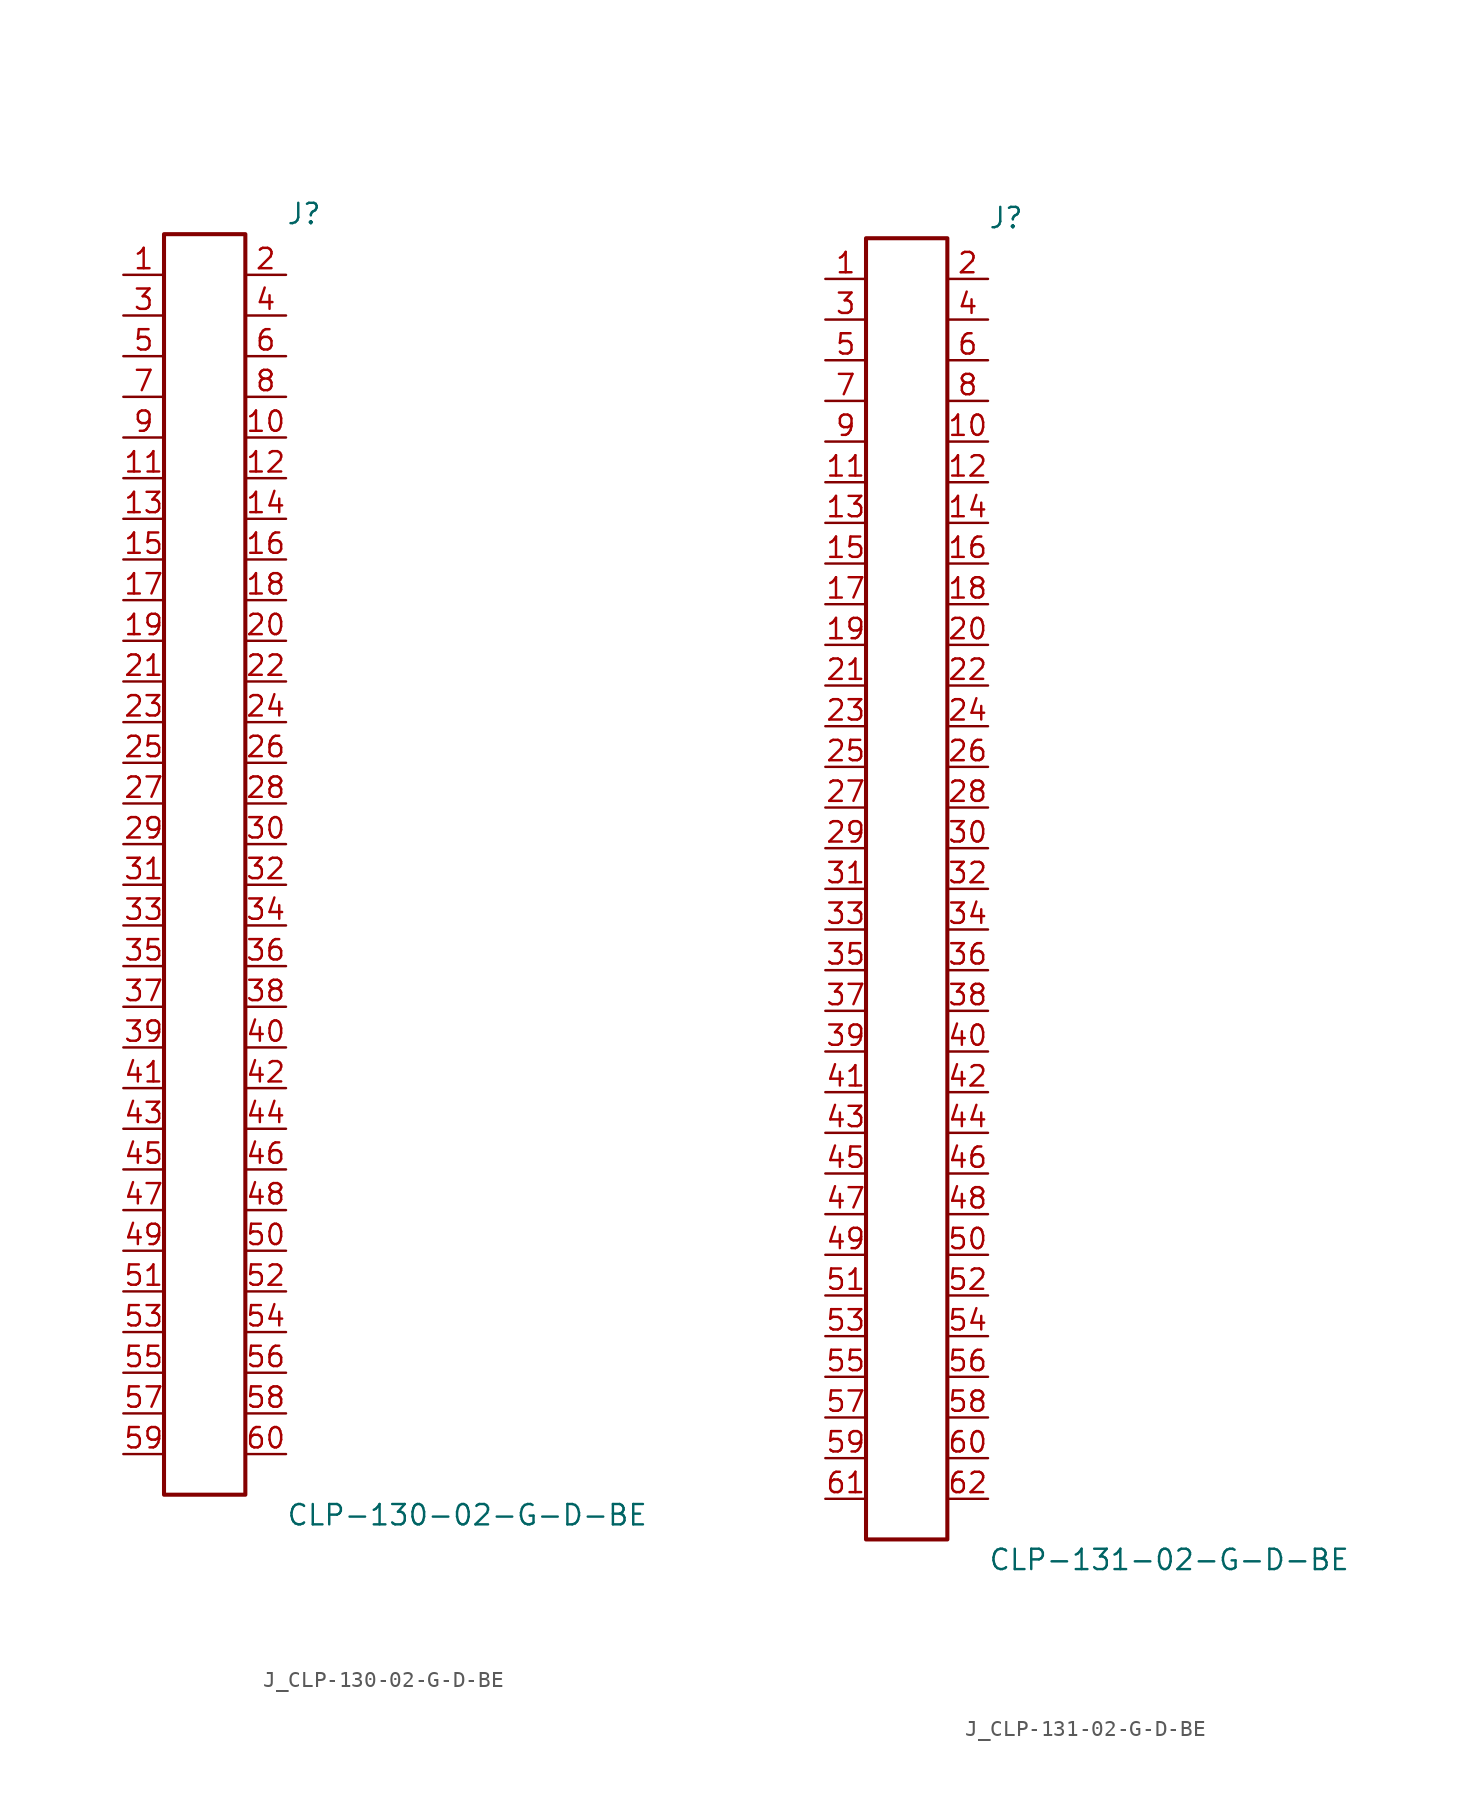
<source format=kicad_sym>
(kicad_symbol_lib
  (version 20231120)
  (generator kicad_symbol_editor)
  (generator_version 8.0)
  (symbol "J_CLP-130-02-G-D-BE"
    (pin_names
      (offset 0.254))
    (property "Reference" "J"
      (at 5.08 40.64 0)
      (effects (font (size 1.27 1.27)) (justify left)))
    (property "Value" "CLP-130-02-G-D-BE"
      (at 5.08 -40.64 0)
      (effects (font (size 1.27 1.27)) (justify left)))
    (symbol "J_CLP-130-02-G-D-BE_0_0"
      (pin passive line (at -5.08 36.83 0) (length 2.54) (name "" (effects (font (size 1.27 1.27)))) (number "1" (effects (font (size 1.27 1.27)))))
      (pin passive line (at 5.08 36.83 180) (length 2.54) (name "" (effects (font (size 1.27 1.27)))) (number "2" (effects (font (size 1.27 1.27)))))
      (pin passive line (at -5.08 34.29 0) (length 2.54) (name "" (effects (font (size 1.27 1.27)))) (number "3" (effects (font (size 1.27 1.27)))))
      (pin passive line (at 5.08 34.29 180) (length 2.54) (name "" (effects (font (size 1.27 1.27)))) (number "4" (effects (font (size 1.27 1.27)))))
      (pin passive line (at -5.08 31.75 0) (length 2.54) (name "" (effects (font (size 1.27 1.27)))) (number "5" (effects (font (size 1.27 1.27)))))
      (pin passive line (at 5.08 31.75 180) (length 2.54) (name "" (effects (font (size 1.27 1.27)))) (number "6" (effects (font (size 1.27 1.27)))))
      (pin passive line (at -5.08 29.21 0) (length 2.54) (name "" (effects (font (size 1.27 1.27)))) (number "7" (effects (font (size 1.27 1.27)))))
      (pin passive line (at 5.08 29.21 180) (length 2.54) (name "" (effects (font (size 1.27 1.27)))) (number "8" (effects (font (size 1.27 1.27)))))
      (pin passive line (at -5.08 26.67 0) (length 2.54) (name "" (effects (font (size 1.27 1.27)))) (number "9" (effects (font (size 1.27 1.27)))))
      (pin passive line (at 5.08 26.67 180) (length 2.54) (name "" (effects (font (size 1.27 1.27)))) (number "10" (effects (font (size 1.27 1.27)))))
      (pin passive line (at -5.08 24.13 0) (length 2.54) (name "" (effects (font (size 1.27 1.27)))) (number "11" (effects (font (size 1.27 1.27)))))
      (pin passive line (at 5.08 24.13 180) (length 2.54) (name "" (effects (font (size 1.27 1.27)))) (number "12" (effects (font (size 1.27 1.27)))))
      (pin passive line (at -5.08 21.59 0) (length 2.54) (name "" (effects (font (size 1.27 1.27)))) (number "13" (effects (font (size 1.27 1.27)))))
      (pin passive line (at 5.08 21.59 180) (length 2.54) (name "" (effects (font (size 1.27 1.27)))) (number "14" (effects (font (size 1.27 1.27)))))
      (pin passive line (at -5.08 19.05 0) (length 2.54) (name "" (effects (font (size 1.27 1.27)))) (number "15" (effects (font (size 1.27 1.27)))))
      (pin passive line (at 5.08 19.05 180) (length 2.54) (name "" (effects (font (size 1.27 1.27)))) (number "16" (effects (font (size 1.27 1.27)))))
      (pin passive line (at -5.08 16.51 0) (length 2.54) (name "" (effects (font (size 1.27 1.27)))) (number "17" (effects (font (size 1.27 1.27)))))
      (pin passive line (at 5.08 16.51 180) (length 2.54) (name "" (effects (font (size 1.27 1.27)))) (number "18" (effects (font (size 1.27 1.27)))))
      (pin passive line (at -5.08 13.97 0) (length 2.54) (name "" (effects (font (size 1.27 1.27)))) (number "19" (effects (font (size 1.27 1.27)))))
      (pin passive line (at 5.08 13.97 180) (length 2.54) (name "" (effects (font (size 1.27 1.27)))) (number "20" (effects (font (size 1.27 1.27)))))
      (pin passive line (at -5.08 11.43 0) (length 2.54) (name "" (effects (font (size 1.27 1.27)))) (number "21" (effects (font (size 1.27 1.27)))))
      (pin passive line (at 5.08 11.43 180) (length 2.54) (name "" (effects (font (size 1.27 1.27)))) (number "22" (effects (font (size 1.27 1.27)))))
      (pin passive line (at -5.08 8.89 0) (length 2.54) (name "" (effects (font (size 1.27 1.27)))) (number "23" (effects (font (size 1.27 1.27)))))
      (pin passive line (at 5.08 8.89 180) (length 2.54) (name "" (effects (font (size 1.27 1.27)))) (number "24" (effects (font (size 1.27 1.27)))))
      (pin passive line (at -5.08 6.35 0) (length 2.54) (name "" (effects (font (size 1.27 1.27)))) (number "25" (effects (font (size 1.27 1.27)))))
      (pin passive line (at 5.08 6.35 180) (length 2.54) (name "" (effects (font (size 1.27 1.27)))) (number "26" (effects (font (size 1.27 1.27)))))
      (pin passive line (at -5.08 3.81 0) (length 2.54) (name "" (effects (font (size 1.27 1.27)))) (number "27" (effects (font (size 1.27 1.27)))))
      (pin passive line (at 5.08 3.81 180) (length 2.54) (name "" (effects (font (size 1.27 1.27)))) (number "28" (effects (font (size 1.27 1.27)))))
      (pin passive line (at -5.08 1.27 0) (length 2.54) (name "" (effects (font (size 1.27 1.27)))) (number "29" (effects (font (size 1.27 1.27)))))
      (pin passive line (at 5.08 1.27 180) (length 2.54) (name "" (effects (font (size 1.27 1.27)))) (number "30" (effects (font (size 1.27 1.27)))))
      (pin passive line (at -5.08 -1.27 0) (length 2.54) (name "" (effects (font (size 1.27 1.27)))) (number "31" (effects (font (size 1.27 1.27)))))
      (pin passive line (at 5.08 -1.27 180) (length 2.54) (name "" (effects (font (size 1.27 1.27)))) (number "32" (effects (font (size 1.27 1.27)))))
      (pin passive line (at -5.08 -3.81 0) (length 2.54) (name "" (effects (font (size 1.27 1.27)))) (number "33" (effects (font (size 1.27 1.27)))))
      (pin passive line (at 5.08 -3.81 180) (length 2.54) (name "" (effects (font (size 1.27 1.27)))) (number "34" (effects (font (size 1.27 1.27)))))
      (pin passive line (at -5.08 -6.35 0) (length 2.54) (name "" (effects (font (size 1.27 1.27)))) (number "35" (effects (font (size 1.27 1.27)))))
      (pin passive line (at 5.08 -6.35 180) (length 2.54) (name "" (effects (font (size 1.27 1.27)))) (number "36" (effects (font (size 1.27 1.27)))))
      (pin passive line (at -5.08 -8.89 0) (length 2.54) (name "" (effects (font (size 1.27 1.27)))) (number "37" (effects (font (size 1.27 1.27)))))
      (pin passive line (at 5.08 -8.89 180) (length 2.54) (name "" (effects (font (size 1.27 1.27)))) (number "38" (effects (font (size 1.27 1.27)))))
      (pin passive line (at -5.08 -11.43 0) (length 2.54) (name "" (effects (font (size 1.27 1.27)))) (number "39" (effects (font (size 1.27 1.27)))))
      (pin passive line (at 5.08 -11.43 180) (length 2.54) (name "" (effects (font (size 1.27 1.27)))) (number "40" (effects (font (size 1.27 1.27)))))
      (pin passive line (at -5.08 -13.97 0) (length 2.54) (name "" (effects (font (size 1.27 1.27)))) (number "41" (effects (font (size 1.27 1.27)))))
      (pin passive line (at 5.08 -13.97 180) (length 2.54) (name "" (effects (font (size 1.27 1.27)))) (number "42" (effects (font (size 1.27 1.27)))))
      (pin passive line (at -5.08 -16.51 0) (length 2.54) (name "" (effects (font (size 1.27 1.27)))) (number "43" (effects (font (size 1.27 1.27)))))
      (pin passive line (at 5.08 -16.51 180) (length 2.54) (name "" (effects (font (size 1.27 1.27)))) (number "44" (effects (font (size 1.27 1.27)))))
      (pin passive line (at -5.08 -19.05 0) (length 2.54) (name "" (effects (font (size 1.27 1.27)))) (number "45" (effects (font (size 1.27 1.27)))))
      (pin passive line (at 5.08 -19.05 180) (length 2.54) (name "" (effects (font (size 1.27 1.27)))) (number "46" (effects (font (size 1.27 1.27)))))
      (pin passive line (at -5.08 -21.59 0) (length 2.54) (name "" (effects (font (size 1.27 1.27)))) (number "47" (effects (font (size 1.27 1.27)))))
      (pin passive line (at 5.08 -21.59 180) (length 2.54) (name "" (effects (font (size 1.27 1.27)))) (number "48" (effects (font (size 1.27 1.27)))))
      (pin passive line (at -5.08 -24.13 0) (length 2.54) (name "" (effects (font (size 1.27 1.27)))) (number "49" (effects (font (size 1.27 1.27)))))
      (pin passive line (at 5.08 -24.13 180) (length 2.54) (name "" (effects (font (size 1.27 1.27)))) (number "50" (effects (font (size 1.27 1.27)))))
      (pin passive line (at -5.08 -26.67 0) (length 2.54) (name "" (effects (font (size 1.27 1.27)))) (number "51" (effects (font (size 1.27 1.27)))))
      (pin passive line (at 5.08 -26.67 180) (length 2.54) (name "" (effects (font (size 1.27 1.27)))) (number "52" (effects (font (size 1.27 1.27)))))
      (pin passive line (at -5.08 -29.21 0) (length 2.54) (name "" (effects (font (size 1.27 1.27)))) (number "53" (effects (font (size 1.27 1.27)))))
      (pin passive line (at 5.08 -29.21 180) (length 2.54) (name "" (effects (font (size 1.27 1.27)))) (number "54" (effects (font (size 1.27 1.27)))))
      (pin passive line (at -5.08 -31.75 0) (length 2.54) (name "" (effects (font (size 1.27 1.27)))) (number "55" (effects (font (size 1.27 1.27)))))
      (pin passive line (at 5.08 -31.75 180) (length 2.54) (name "" (effects (font (size 1.27 1.27)))) (number "56" (effects (font (size 1.27 1.27)))))
      (pin passive line (at -5.08 -34.29 0) (length 2.54) (name "" (effects (font (size 1.27 1.27)))) (number "57" (effects (font (size 1.27 1.27)))))
      (pin passive line (at 5.08 -34.29 180) (length 2.54) (name "" (effects (font (size 1.27 1.27)))) (number "58" (effects (font (size 1.27 1.27)))))
      (pin passive line (at -5.08 -36.83 0) (length 2.54) (name "" (effects (font (size 1.27 1.27)))) (number "59" (effects (font (size 1.27 1.27)))))
      (pin passive line (at 5.08 -36.83 180) (length 2.54) (name "" (effects (font (size 1.27 1.27)))) (number "60" (effects (font (size 1.27 1.27))))))
    (symbol "J_CLP-130-02-G-D-BE_1_0"
      (rectangle (start -2.54 39.37) (end 2.54 -39.37) (stroke (width 0.254) (type solid)) (fill (type none)))))
  (symbol "J_CLP-131-02-G-D-BE"
    (pin_names
      (offset 0.254))
    (property "Reference" "J"
      (at 5.08 41.91 0)
      (effects (font (size 1.27 1.27)) (justify left)))
    (property "Value" "CLP-131-02-G-D-BE"
      (at 5.08 -41.91 0)
      (effects (font (size 1.27 1.27)) (justify left)))
    (symbol "J_CLP-131-02-G-D-BE_0_0"
      (pin passive line (at -5.08 38.1 0) (length 2.54) (name "" (effects (font (size 1.27 1.27)))) (number "1" (effects (font (size 1.27 1.27)))))
      (pin passive line (at 5.08 38.1 180) (length 2.54) (name "" (effects (font (size 1.27 1.27)))) (number "2" (effects (font (size 1.27 1.27)))))
      (pin passive line (at -5.08 35.56 0) (length 2.54) (name "" (effects (font (size 1.27 1.27)))) (number "3" (effects (font (size 1.27 1.27)))))
      (pin passive line (at 5.08 35.56 180) (length 2.54) (name "" (effects (font (size 1.27 1.27)))) (number "4" (effects (font (size 1.27 1.27)))))
      (pin passive line (at -5.08 33.02 0) (length 2.54) (name "" (effects (font (size 1.27 1.27)))) (number "5" (effects (font (size 1.27 1.27)))))
      (pin passive line (at 5.08 33.02 180) (length 2.54) (name "" (effects (font (size 1.27 1.27)))) (number "6" (effects (font (size 1.27 1.27)))))
      (pin passive line (at -5.08 30.48 0) (length 2.54) (name "" (effects (font (size 1.27 1.27)))) (number "7" (effects (font (size 1.27 1.27)))))
      (pin passive line (at 5.08 30.48 180) (length 2.54) (name "" (effects (font (size 1.27 1.27)))) (number "8" (effects (font (size 1.27 1.27)))))
      (pin passive line (at -5.08 27.94 0) (length 2.54) (name "" (effects (font (size 1.27 1.27)))) (number "9" (effects (font (size 1.27 1.27)))))
      (pin passive line (at 5.08 27.94 180) (length 2.54) (name "" (effects (font (size 1.27 1.27)))) (number "10" (effects (font (size 1.27 1.27)))))
      (pin passive line (at -5.08 25.4 0) (length 2.54) (name "" (effects (font (size 1.27 1.27)))) (number "11" (effects (font (size 1.27 1.27)))))
      (pin passive line (at 5.08 25.4 180) (length 2.54) (name "" (effects (font (size 1.27 1.27)))) (number "12" (effects (font (size 1.27 1.27)))))
      (pin passive line (at -5.08 22.86 0) (length 2.54) (name "" (effects (font (size 1.27 1.27)))) (number "13" (effects (font (size 1.27 1.27)))))
      (pin passive line (at 5.08 22.86 180) (length 2.54) (name "" (effects (font (size 1.27 1.27)))) (number "14" (effects (font (size 1.27 1.27)))))
      (pin passive line (at -5.08 20.32 0) (length 2.54) (name "" (effects (font (size 1.27 1.27)))) (number "15" (effects (font (size 1.27 1.27)))))
      (pin passive line (at 5.08 20.32 180) (length 2.54) (name "" (effects (font (size 1.27 1.27)))) (number "16" (effects (font (size 1.27 1.27)))))
      (pin passive line (at -5.08 17.78 0) (length 2.54) (name "" (effects (font (size 1.27 1.27)))) (number "17" (effects (font (size 1.27 1.27)))))
      (pin passive line (at 5.08 17.78 180) (length 2.54) (name "" (effects (font (size 1.27 1.27)))) (number "18" (effects (font (size 1.27 1.27)))))
      (pin passive line (at -5.08 15.24 0) (length 2.54) (name "" (effects (font (size 1.27 1.27)))) (number "19" (effects (font (size 1.27 1.27)))))
      (pin passive line (at 5.08 15.24 180) (length 2.54) (name "" (effects (font (size 1.27 1.27)))) (number "20" (effects (font (size 1.27 1.27)))))
      (pin passive line (at -5.08 12.7 0) (length 2.54) (name "" (effects (font (size 1.27 1.27)))) (number "21" (effects (font (size 1.27 1.27)))))
      (pin passive line (at 5.08 12.7 180) (length 2.54) (name "" (effects (font (size 1.27 1.27)))) (number "22" (effects (font (size 1.27 1.27)))))
      (pin passive line (at -5.08 10.16 0) (length 2.54) (name "" (effects (font (size 1.27 1.27)))) (number "23" (effects (font (size 1.27 1.27)))))
      (pin passive line (at 5.08 10.16 180) (length 2.54) (name "" (effects (font (size 1.27 1.27)))) (number "24" (effects (font (size 1.27 1.27)))))
      (pin passive line (at -5.08 7.62 0) (length 2.54) (name "" (effects (font (size 1.27 1.27)))) (number "25" (effects (font (size 1.27 1.27)))))
      (pin passive line (at 5.08 7.62 180) (length 2.54) (name "" (effects (font (size 1.27 1.27)))) (number "26" (effects (font (size 1.27 1.27)))))
      (pin passive line (at -5.08 5.08 0) (length 2.54) (name "" (effects (font (size 1.27 1.27)))) (number "27" (effects (font (size 1.27 1.27)))))
      (pin passive line (at 5.08 5.08 180) (length 2.54) (name "" (effects (font (size 1.27 1.27)))) (number "28" (effects (font (size 1.27 1.27)))))
      (pin passive line (at -5.08 2.54 0) (length 2.54) (name "" (effects (font (size 1.27 1.27)))) (number "29" (effects (font (size 1.27 1.27)))))
      (pin passive line (at 5.08 2.54 180) (length 2.54) (name "" (effects (font (size 1.27 1.27)))) (number "30" (effects (font (size 1.27 1.27)))))
      (pin passive line (at -5.08 0.0 0) (length 2.54) (name "" (effects (font (size 1.27 1.27)))) (number "31" (effects (font (size 1.27 1.27)))))
      (pin passive line (at 5.08 0.0 180) (length 2.54) (name "" (effects (font (size 1.27 1.27)))) (number "32" (effects (font (size 1.27 1.27)))))
      (pin passive line (at -5.08 -2.54 0) (length 2.54) (name "" (effects (font (size 1.27 1.27)))) (number "33" (effects (font (size 1.27 1.27)))))
      (pin passive line (at 5.08 -2.54 180) (length 2.54) (name "" (effects (font (size 1.27 1.27)))) (number "34" (effects (font (size 1.27 1.27)))))
      (pin passive line (at -5.08 -5.08 0) (length 2.54) (name "" (effects (font (size 1.27 1.27)))) (number "35" (effects (font (size 1.27 1.27)))))
      (pin passive line (at 5.08 -5.08 180) (length 2.54) (name "" (effects (font (size 1.27 1.27)))) (number "36" (effects (font (size 1.27 1.27)))))
      (pin passive line (at -5.08 -7.62 0) (length 2.54) (name "" (effects (font (size 1.27 1.27)))) (number "37" (effects (font (size 1.27 1.27)))))
      (pin passive line (at 5.08 -7.62 180) (length 2.54) (name "" (effects (font (size 1.27 1.27)))) (number "38" (effects (font (size 1.27 1.27)))))
      (pin passive line (at -5.08 -10.16 0) (length 2.54) (name "" (effects (font (size 1.27 1.27)))) (number "39" (effects (font (size 1.27 1.27)))))
      (pin passive line (at 5.08 -10.16 180) (length 2.54) (name "" (effects (font (size 1.27 1.27)))) (number "40" (effects (font (size 1.27 1.27)))))
      (pin passive line (at -5.08 -12.7 0) (length 2.54) (name "" (effects (font (size 1.27 1.27)))) (number "41" (effects (font (size 1.27 1.27)))))
      (pin passive line (at 5.08 -12.7 180) (length 2.54) (name "" (effects (font (size 1.27 1.27)))) (number "42" (effects (font (size 1.27 1.27)))))
      (pin passive line (at -5.08 -15.24 0) (length 2.54) (name "" (effects (font (size 1.27 1.27)))) (number "43" (effects (font (size 1.27 1.27)))))
      (pin passive line (at 5.08 -15.24 180) (length 2.54) (name "" (effects (font (size 1.27 1.27)))) (number "44" (effects (font (size 1.27 1.27)))))
      (pin passive line (at -5.08 -17.78 0) (length 2.54) (name "" (effects (font (size 1.27 1.27)))) (number "45" (effects (font (size 1.27 1.27)))))
      (pin passive line (at 5.08 -17.78 180) (length 2.54) (name "" (effects (font (size 1.27 1.27)))) (number "46" (effects (font (size 1.27 1.27)))))
      (pin passive line (at -5.08 -20.32 0) (length 2.54) (name "" (effects (font (size 1.27 1.27)))) (number "47" (effects (font (size 1.27 1.27)))))
      (pin passive line (at 5.08 -20.32 180) (length 2.54) (name "" (effects (font (size 1.27 1.27)))) (number "48" (effects (font (size 1.27 1.27)))))
      (pin passive line (at -5.08 -22.86 0) (length 2.54) (name "" (effects (font (size 1.27 1.27)))) (number "49" (effects (font (size 1.27 1.27)))))
      (pin passive line (at 5.08 -22.86 180) (length 2.54) (name "" (effects (font (size 1.27 1.27)))) (number "50" (effects (font (size 1.27 1.27)))))
      (pin passive line (at -5.08 -25.4 0) (length 2.54) (name "" (effects (font (size 1.27 1.27)))) (number "51" (effects (font (size 1.27 1.27)))))
      (pin passive line (at 5.08 -25.4 180) (length 2.54) (name "" (effects (font (size 1.27 1.27)))) (number "52" (effects (font (size 1.27 1.27)))))
      (pin passive line (at -5.08 -27.94 0) (length 2.54) (name "" (effects (font (size 1.27 1.27)))) (number "53" (effects (font (size 1.27 1.27)))))
      (pin passive line (at 5.08 -27.94 180) (length 2.54) (name "" (effects (font (size 1.27 1.27)))) (number "54" (effects (font (size 1.27 1.27)))))
      (pin passive line (at -5.08 -30.48 0) (length 2.54) (name "" (effects (font (size 1.27 1.27)))) (number "55" (effects (font (size 1.27 1.27)))))
      (pin passive line (at 5.08 -30.48 180) (length 2.54) (name "" (effects (font (size 1.27 1.27)))) (number "56" (effects (font (size 1.27 1.27)))))
      (pin passive line (at -5.08 -33.02 0) (length 2.54) (name "" (effects (font (size 1.27 1.27)))) (number "57" (effects (font (size 1.27 1.27)))))
      (pin passive line (at 5.08 -33.02 180) (length 2.54) (name "" (effects (font (size 1.27 1.27)))) (number "58" (effects (font (size 1.27 1.27)))))
      (pin passive line (at -5.08 -35.56 0) (length 2.54) (name "" (effects (font (size 1.27 1.27)))) (number "59" (effects (font (size 1.27 1.27)))))
      (pin passive line (at 5.08 -35.56 180) (length 2.54) (name "" (effects (font (size 1.27 1.27)))) (number "60" (effects (font (size 1.27 1.27)))))
      (pin passive line (at -5.08 -38.1 0) (length 2.54) (name "" (effects (font (size 1.27 1.27)))) (number "61" (effects (font (size 1.27 1.27)))))
      (pin passive line (at 5.08 -38.1 180) (length 2.54) (name "" (effects (font (size 1.27 1.27)))) (number "62" (effects (font (size 1.27 1.27))))))
    (symbol "J_CLP-131-02-G-D-BE_1_0"
      (rectangle (start -2.54 40.64) (end 2.54 -40.64) (stroke (width 0.254) (type solid)) (fill (type none))))))
</source>
